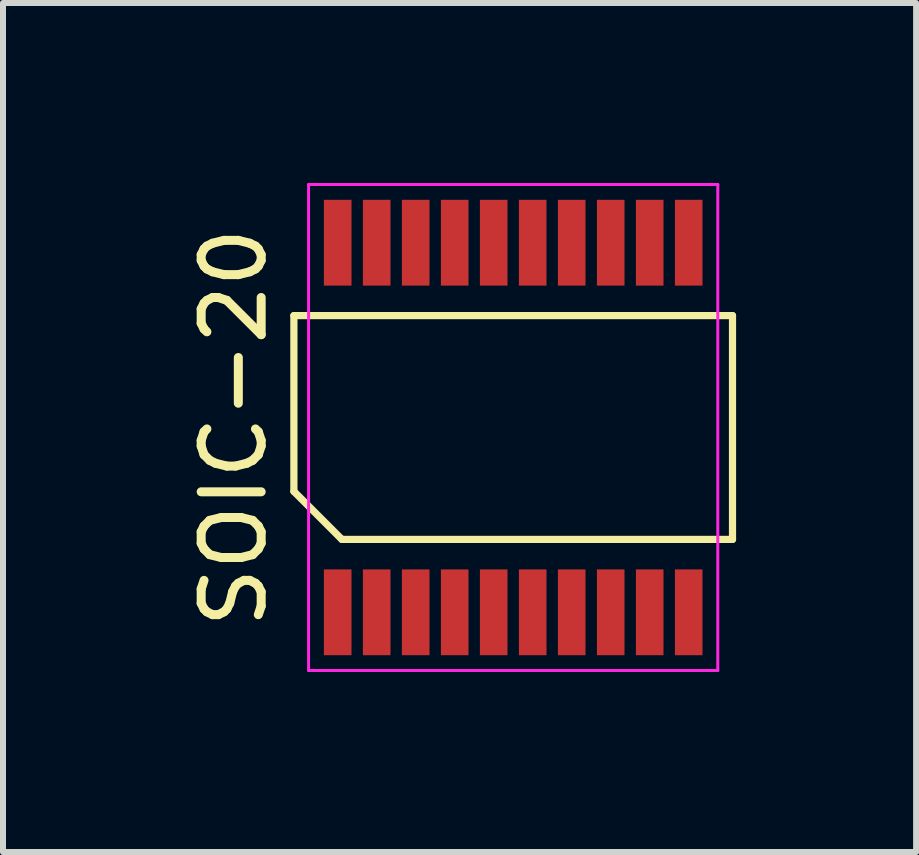
<source format=kicad_pcb>
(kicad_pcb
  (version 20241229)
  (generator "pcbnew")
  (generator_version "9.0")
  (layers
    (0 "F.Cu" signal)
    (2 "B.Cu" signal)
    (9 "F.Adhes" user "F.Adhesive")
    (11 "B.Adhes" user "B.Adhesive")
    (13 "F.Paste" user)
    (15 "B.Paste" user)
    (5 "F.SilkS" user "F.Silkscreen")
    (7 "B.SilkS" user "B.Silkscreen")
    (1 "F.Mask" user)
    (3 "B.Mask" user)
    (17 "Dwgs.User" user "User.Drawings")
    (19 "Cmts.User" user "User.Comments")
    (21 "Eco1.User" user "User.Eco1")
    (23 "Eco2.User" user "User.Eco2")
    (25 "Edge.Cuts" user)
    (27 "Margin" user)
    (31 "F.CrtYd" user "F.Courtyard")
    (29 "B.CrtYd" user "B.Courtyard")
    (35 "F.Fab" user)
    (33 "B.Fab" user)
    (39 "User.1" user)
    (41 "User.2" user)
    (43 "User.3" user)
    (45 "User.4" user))
  (footprint "SOIC-20"
    (layer "F.Cu")
    (at 5.503 4.075)
    (property "Reference" "SOIC-20" (at -4.655 0 90) (layer "F.SilkS") (effects (font (size 1 1) (thickness 0.15))))
    (attr smd)
    (fp_line (start -3.655 -1.865) (end 3.655 -1.865) (stroke (width 0.12) (type solid)) (layer "F.SilkS"))
    (fp_line (start -3.655 1.065) (end -3.655 -1.865) (stroke (width 0.12) (type solid)) (layer "F.SilkS"))
    (fp_line (start -2.855 1.865) (end -3.655 1.065) (stroke (width 0.12) (type solid)) (layer "F.SilkS"))
    (fp_line (start 3.655 -1.865) (end 3.655 1.865) (stroke (width 0.12) (type solid)) (layer "F.SilkS"))
    (fp_line (start 3.655 1.865) (end -2.855 1.865) (stroke (width 0.12) (type solid)) (layer "F.SilkS"))
    (fp_line (start -3.41 -4.05) (end 3.41 -4.05) (stroke (width 0.05) (type solid)) (layer "F.CrtYd"))
    (fp_line (start -3.41 4.05) (end -3.41 -4.05) (stroke (width 0.05) (type solid)) (layer "F.CrtYd"))
    (fp_line (start 3.41 -4.05) (end 3.41 4.05) (stroke (width 0.05) (type solid)) (layer "F.CrtYd"))
    (fp_line (start 3.41 4.05) (end -3.41 4.05) (stroke (width 0.05) (type solid)) (layer "F.CrtYd"))
    (pad "1" smd rect (at -2.925 3.08) (size 0.46 1.43) (layers "F.Cu" "F.Mask" "F.Paste"))
    (pad "2" smd rect (at -2.275 3.08) (size 0.46 1.43) (layers "F.Cu" "F.Mask" "F.Paste"))
    (pad "3" smd rect (at -1.625 3.08) (size 0.46 1.43) (layers "F.Cu" "F.Mask" "F.Paste"))
    (pad "4" smd rect (at -0.975 3.08) (size 0.46 1.43) (layers "F.Cu" "F.Mask" "F.Paste"))
    (pad "5" smd rect (at -0.325 3.08) (size 0.46 1.43) (layers "F.Cu" "F.Mask" "F.Paste"))
    (pad "6" smd rect (at 0.325 3.08) (size 0.46 1.43) (layers "F.Cu" "F.Mask" "F.Paste"))
    (pad "7" smd rect (at 0.975 3.08) (size 0.46 1.43) (layers "F.Cu" "F.Mask" "F.Paste"))
    (pad "8" smd rect (at 1.625 3.08) (size 0.46 1.43) (layers "F.Cu" "F.Mask" "F.Paste"))
    (pad "9" smd rect (at 2.275 3.08) (size 0.46 1.43) (layers "F.Cu" "F.Mask" "F.Paste"))
    (pad "10" smd rect (at 2.925 3.08) (size 0.46 1.43) (layers "F.Cu" "F.Mask" "F.Paste"))
    (pad "11" smd rect (at 2.925 -3.08) (size 0.46 1.43) (layers "F.Cu" "F.Mask" "F.Paste"))
    (pad "12" smd rect (at 2.275 -3.08) (size 0.46 1.43) (layers "F.Cu" "F.Mask" "F.Paste"))
    (pad "13" smd rect (at 1.625 -3.08) (size 0.46 1.43) (layers "F.Cu" "F.Mask" "F.Paste"))
    (pad "14" smd rect (at 0.975 -3.08) (size 0.46 1.43) (layers "F.Cu" "F.Mask" "F.Paste"))
    (pad "15" smd rect (at 0.325 -3.08) (size 0.46 1.43) (layers "F.Cu" "F.Mask" "F.Paste"))
    (pad "16" smd rect (at -0.325 -3.08) (size 0.46 1.43) (layers "F.Cu" "F.Mask" "F.Paste"))
    (pad "17" smd rect (at -0.975 -3.08) (size 0.46 1.43) (layers "F.Cu" "F.Mask" "F.Paste"))
    (pad "18" smd rect (at -1.625 -3.08) (size 0.46 1.43) (layers "F.Cu" "F.Mask" "F.Paste"))
    (pad "19" smd rect (at -2.275 -3.08) (size 0.46 1.43) (layers "F.Cu" "F.Mask" "F.Paste"))
    (pad "20" smd rect (at -2.925 -3.08) (size 0.46 1.43) (layers "F.Cu" "F.Mask" "F.Paste")))
  (gr_rect
    (start -3 -3)
    (end 12.218 11.15)
    (stroke (width 0.1) (type default))
    (fill no)
    (layer "Edge.Cuts")))
</source>
